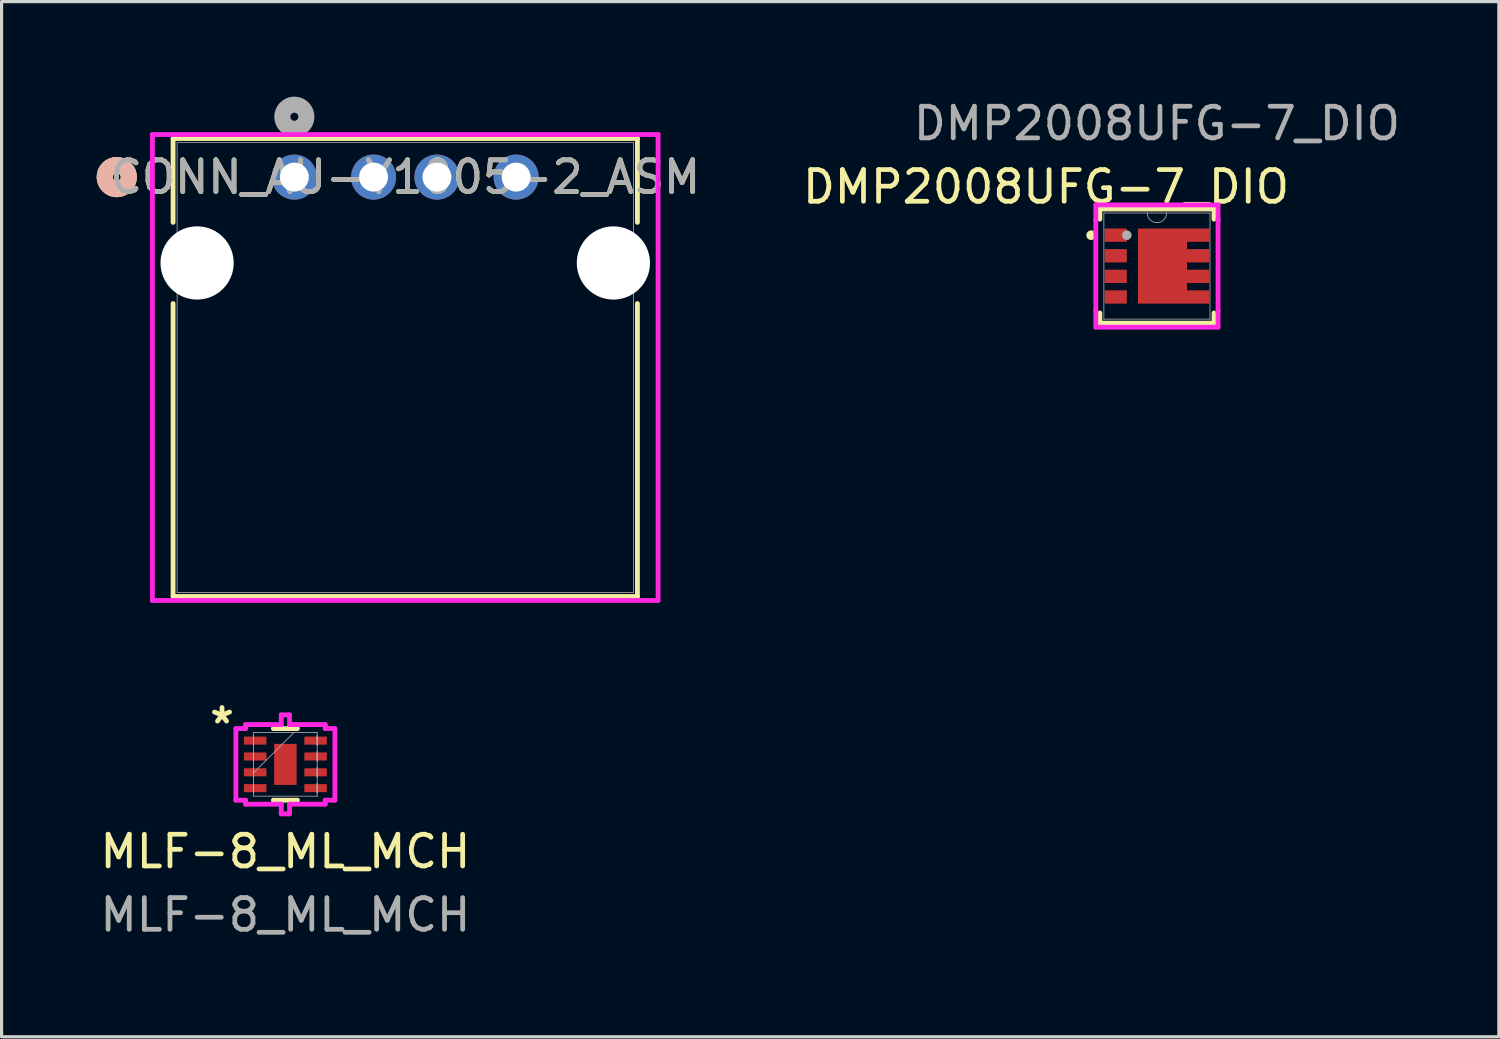
<source format=kicad_pcb>
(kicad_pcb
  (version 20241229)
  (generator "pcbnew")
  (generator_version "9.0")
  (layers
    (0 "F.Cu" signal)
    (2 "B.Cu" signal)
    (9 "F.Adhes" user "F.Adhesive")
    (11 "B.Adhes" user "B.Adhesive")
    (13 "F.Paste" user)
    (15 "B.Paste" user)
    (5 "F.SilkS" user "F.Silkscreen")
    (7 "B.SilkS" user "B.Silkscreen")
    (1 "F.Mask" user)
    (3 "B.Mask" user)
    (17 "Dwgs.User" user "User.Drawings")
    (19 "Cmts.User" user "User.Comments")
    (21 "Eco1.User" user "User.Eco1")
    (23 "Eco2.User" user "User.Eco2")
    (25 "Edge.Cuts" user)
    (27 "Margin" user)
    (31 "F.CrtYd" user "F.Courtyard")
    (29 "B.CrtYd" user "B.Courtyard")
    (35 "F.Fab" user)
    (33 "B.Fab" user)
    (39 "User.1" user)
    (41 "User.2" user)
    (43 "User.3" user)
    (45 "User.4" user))
  (footprint "CONN_AU-Y1005-2_ASM"
    (layer "F.Cu")
    (at 6.241 2.54)
    (property "Reference" "CONN_AU-Y1005-2_ASM" (at 3.5 0 0) (unlocked yes) (layer "F.SilkS") (effects (font (size 1 1) (thickness 0.15))))
    (attr through_hole)
    (fp_line (start -3.828 -1.217) (end -3.828 1.429) (stroke (width 0.152) (type solid)) (layer "F.SilkS"))
    (fp_line (start -3.828 3.991) (end -3.828 13.236) (stroke (width 0.152) (type solid)) (layer "F.SilkS"))
    (fp_line (start -3.828 13.236) (end 10.828 13.236) (stroke (width 0.152) (type solid)) (layer "F.SilkS"))
    (fp_line (start 10.828 -1.217) (end -3.828 -1.217) (stroke (width 0.152) (type solid)) (layer "F.SilkS"))
    (fp_line (start 10.828 1.429) (end 10.828 -1.217) (stroke (width 0.152) (type solid)) (layer "F.SilkS"))
    (fp_line (start 10.828 13.236) (end 10.828 3.991) (stroke (width 0.152) (type solid)) (layer "F.SilkS"))
    (fp_circle (center -5.606 0) (end -5.225 0) (stroke (width 0.508) (type solid)) (fill no) (layer "F.SilkS"))
    (fp_circle (center -5.606 0) (end -5.225 0) (stroke (width 0.508) (type solid)) (fill no) (layer "B.SilkS"))
    (fp_line (start -4.48 -1.344) (end -4.48 13.363) (stroke (width 0.152) (type solid)) (layer "F.CrtYd"))
    (fp_line (start -4.48 13.363) (end 11.48 13.363) (stroke (width 0.152) (type solid)) (layer "F.CrtYd"))
    (fp_line (start 11.48 -1.344) (end -4.48 -1.344) (stroke (width 0.152) (type solid)) (layer "F.CrtYd"))
    (fp_line (start 11.48 13.363) (end 11.48 -1.344) (stroke (width 0.152) (type solid)) (layer "F.CrtYd"))
    (fp_line (start -3.701 -1.09) (end -3.701 13.109) (stroke (width 0.025) (type solid)) (layer "F.Fab"))
    (fp_line (start -3.701 13.109) (end 10.701 13.109) (stroke (width 0.025) (type solid)) (layer "F.Fab"))
    (fp_line (start 10.701 -1.09) (end -3.701 -1.09) (stroke (width 0.025) (type solid)) (layer "F.Fab"))
    (fp_line (start 10.701 13.109) (end 10.701 -1.09) (stroke (width 0.025) (type solid)) (layer "F.Fab"))
    (fp_circle (center 0 -1.905) (end 0.381 -1.905) (stroke (width 0.508) (type solid)) (fill no) (layer "F.Fab"))
    (fp_text user "${REFERENCE}" (at 3.5 0 0) (unlocked yes) (layer "F.Fab") (effects (font (size 1 1) (thickness 0.15))))
    (pad "" np_thru_hole circle (at -3.07 2.71) (size 2.311 2.311) (drill 2.311) (layers "*.Cu" "*.Mask"))
    (pad "" np_thru_hole circle (at 10.07 2.71) (size 2.311 2.311) (drill 2.311) (layers "*.Cu" "*.Mask"))
    (pad "1" thru_hole circle (at 0 0) (size 1.422 1.422) (drill 0.914) (layers "*.Cu" "*.Mask"))
    (pad "2" thru_hole circle (at 2.5 0) (size 1.422 1.422) (drill 0.914) (layers "*.Cu" "*.Mask"))
    (pad "3" thru_hole circle (at 4.5 0) (size 1.422 1.422) (drill 0.914) (layers "*.Cu" "*.Mask"))
    (pad "4" thru_hole circle (at 7 0) (size 1.422 1.422) (drill 0.914) (layers "*.Cu" "*.Mask")))
  (footprint "MLF-8_ML_MCH"
    (layer "F.Cu")
    (at 5.958 21.077)
    (property "Reference" "MLF-8_ML_MCH" (at 0 2.75 0) (unlocked yes) (layer "F.SilkS") (effects (font (size 1 1) (thickness 0.15))))
    (attr smd)
    (fp_line (start -0.381 1.13) (end 0.381 1.13) (stroke (width 0.152) (type solid)) (layer "F.SilkS"))
    (fp_line (start 0.381 -1.13) (end -0.381 -1.13) (stroke (width 0.152) (type solid)) (layer "F.SilkS"))
    (fp_line (start -1.562 -1.131) (end -1.257 -1.131) (stroke (width 0.152) (type solid)) (layer "F.CrtYd"))
    (fp_line (start -1.562 1.131) (end -1.562 -1.131) (stroke (width 0.152) (type solid)) (layer "F.CrtYd"))
    (fp_line (start -1.257 -1.257) (end -0.131 -1.257) (stroke (width 0.152) (type solid)) (layer "F.CrtYd"))
    (fp_line (start -1.257 -1.131) (end -1.257 -1.257) (stroke (width 0.152) (type solid)) (layer "F.CrtYd"))
    (fp_line (start -1.257 1.131) (end -1.562 1.131) (stroke (width 0.152) (type solid)) (layer "F.CrtYd"))
    (fp_line (start -1.257 1.257) (end -1.257 1.131) (stroke (width 0.152) (type solid)) (layer "F.CrtYd"))
    (fp_line (start -0.131 -1.562) (end 0.131 -1.562) (stroke (width 0.152) (type solid)) (layer "F.CrtYd"))
    (fp_line (start -0.131 -1.257) (end -0.131 -1.562) (stroke (width 0.152) (type solid)) (layer "F.CrtYd"))
    (fp_line (start -0.131 1.257) (end -1.257 1.257) (stroke (width 0.152) (type solid)) (layer "F.CrtYd"))
    (fp_line (start -0.131 1.562) (end -0.131 1.257) (stroke (width 0.152) (type solid)) (layer "F.CrtYd"))
    (fp_line (start 0.131 -1.562) (end 0.131 -1.257) (stroke (width 0.152) (type solid)) (layer "F.CrtYd"))
    (fp_line (start 0.131 -1.257) (end 1.257 -1.257) (stroke (width 0.152) (type solid)) (layer "F.CrtYd"))
    (fp_line (start 0.131 1.257) (end 0.131 1.562) (stroke (width 0.152) (type solid)) (layer "F.CrtYd"))
    (fp_line (start 0.131 1.562) (end -0.131 1.562) (stroke (width 0.152) (type solid)) (layer "F.CrtYd"))
    (fp_line (start 1.257 -1.257) (end 1.257 -1.131) (stroke (width 0.152) (type solid)) (layer "F.CrtYd"))
    (fp_line (start 1.257 -1.131) (end 1.562 -1.131) (stroke (width 0.152) (type solid)) (layer "F.CrtYd"))
    (fp_line (start 1.257 1.131) (end 1.257 1.257) (stroke (width 0.152) (type solid)) (layer "F.CrtYd"))
    (fp_line (start 1.257 1.257) (end 0.131 1.257) (stroke (width 0.152) (type solid)) (layer "F.CrtYd"))
    (fp_line (start 1.562 -1.131) (end 1.562 1.131) (stroke (width 0.152) (type solid)) (layer "F.CrtYd"))
    (fp_line (start 1.562 1.131) (end 1.257 1.131) (stroke (width 0.152) (type solid)) (layer "F.CrtYd"))
    (fp_line (start -1.003 -1.003) (end -1.003 -1.003) (stroke (width 0.025) (type solid)) (layer "F.Fab"))
    (fp_line (start -1.003 -1.003) (end -1.003 1.003) (stroke (width 0.025) (type solid)) (layer "F.Fab"))
    (fp_line (start -1.003 -0.902) (end -1.003 -0.902) (stroke (width 0.025) (type solid)) (layer "F.Fab"))
    (fp_line (start -1.003 -0.902) (end -1.003 -0.598) (stroke (width 0.025) (type solid)) (layer "F.Fab"))
    (fp_line (start -1.003 -0.598) (end -1.003 -0.902) (stroke (width 0.025) (type solid)) (layer "F.Fab"))
    (fp_line (start -1.003 -0.598) (end -1.003 -0.598) (stroke (width 0.025) (type solid)) (layer "F.Fab"))
    (fp_line (start -1.003 -0.402) (end -1.003 -0.402) (stroke (width 0.025) (type solid)) (layer "F.Fab"))
    (fp_line (start -1.003 -0.402) (end -1.003 -0.098) (stroke (width 0.025) (type solid)) (layer "F.Fab"))
    (fp_line (start -1.003 -0.098) (end -1.003 -0.402) (stroke (width 0.025) (type solid)) (layer "F.Fab"))
    (fp_line (start -1.003 -0.098) (end -1.003 -0.098) (stroke (width 0.025) (type solid)) (layer "F.Fab"))
    (fp_line (start -1.003 0.098) (end -1.003 0.098) (stroke (width 0.025) (type solid)) (layer "F.Fab"))
    (fp_line (start -1.003 0.098) (end -1.003 0.402) (stroke (width 0.025) (type solid)) (layer "F.Fab"))
    (fp_line (start -1.003 0.267) (end 0.267 -1.003) (stroke (width 0.025) (type solid)) (layer "F.Fab"))
    (fp_line (start -1.003 0.402) (end -1.003 0.098) (stroke (width 0.025) (type solid)) (layer "F.Fab"))
    (fp_line (start -1.003 0.402) (end -1.003 0.402) (stroke (width 0.025) (type solid)) (layer "F.Fab"))
    (fp_line (start -1.003 0.598) (end -1.003 0.598) (stroke (width 0.025) (type solid)) (layer "F.Fab"))
    (fp_line (start -1.003 0.598) (end -1.003 0.902) (stroke (width 0.025) (type solid)) (layer "F.Fab"))
    (fp_line (start -1.003 0.902) (end -1.003 0.598) (stroke (width 0.025) (type solid)) (layer "F.Fab"))
    (fp_line (start -1.003 0.902) (end -1.003 0.902) (stroke (width 0.025) (type solid)) (layer "F.Fab"))
    (fp_line (start -1.003 1.003) (end -1.003 1.003) (stroke (width 0.025) (type solid)) (layer "F.Fab"))
    (fp_line (start -1.003 1.003) (end 1.003 1.003) (stroke (width 0.025) (type solid)) (layer "F.Fab"))
    (fp_line (start 1.003 -1.003) (end -1.003 -1.003) (stroke (width 0.025) (type solid)) (layer "F.Fab"))
    (fp_line (start 1.003 -1.003) (end 1.003 -1.003) (stroke (width 0.025) (type solid)) (layer "F.Fab"))
    (fp_line (start 1.003 -0.902) (end 1.003 -0.902) (stroke (width 0.025) (type solid)) (layer "F.Fab"))
    (fp_line (start 1.003 -0.902) (end 1.003 -0.598) (stroke (width 0.025) (type solid)) (layer "F.Fab"))
    (fp_line (start 1.003 -0.598) (end 1.003 -0.902) (stroke (width 0.025) (type solid)) (layer "F.Fab"))
    (fp_line (start 1.003 -0.598) (end 1.003 -0.598) (stroke (width 0.025) (type solid)) (layer "F.Fab"))
    (fp_line (start 1.003 -0.402) (end 1.003 -0.402) (stroke (width 0.025) (type solid)) (layer "F.Fab"))
    (fp_line (start 1.003 -0.402) (end 1.003 -0.098) (stroke (width 0.025) (type solid)) (layer "F.Fab"))
    (fp_line (start 1.003 -0.098) (end 1.003 -0.402) (stroke (width 0.025) (type solid)) (layer "F.Fab"))
    (fp_line (start 1.003 -0.098) (end 1.003 -0.098) (stroke (width 0.025) (type solid)) (layer "F.Fab"))
    (fp_line (start 1.003 0.098) (end 1.003 0.098) (stroke (width 0.025) (type solid)) (layer "F.Fab"))
    (fp_line (start 1.003 0.098) (end 1.003 0.402) (stroke (width 0.025) (type solid)) (layer "F.Fab"))
    (fp_line (start 1.003 0.402) (end 1.003 0.098) (stroke (width 0.025) (type solid)) (layer "F.Fab"))
    (fp_line (start 1.003 0.402) (end 1.003 0.402) (stroke (width 0.025) (type solid)) (layer "F.Fab"))
    (fp_line (start 1.003 0.598) (end 1.003 0.598) (stroke (width 0.025) (type solid)) (layer "F.Fab"))
    (fp_line (start 1.003 0.598) (end 1.003 0.902) (stroke (width 0.025) (type solid)) (layer "F.Fab"))
    (fp_line (start 1.003 0.902) (end 1.003 0.598) (stroke (width 0.025) (type solid)) (layer "F.Fab"))
    (fp_line (start 1.003 0.902) (end 1.003 0.902) (stroke (width 0.025) (type solid)) (layer "F.Fab"))
    (fp_line (start 1.003 1.003) (end 1.003 -1.003) (stroke (width 0.025) (type solid)) (layer "F.Fab"))
    (fp_line (start 1.003 1.003) (end 1.003 1.003) (stroke (width 0.025) (type solid)) (layer "F.Fab"))
    (fp_text user "*" (at -2 -1.25 0) (layer "F.SilkS") (effects (font (size 1 1) (thickness 0.15))))
    (fp_text user "${REFERENCE}" (at 0 4.75 0) (unlocked yes) (layer "F.Fab") (effects (font (size 1 1) (thickness 0.15))))
    (pad "1" smd rect (at -0.953 -0.75 90) (size 0.254 0.711) (layers "F.Cu" "F.Mask" "F.Paste"))
    (pad "2" smd rect (at -0.953 -0.25 90) (size 0.254 0.711) (layers "F.Cu" "F.Mask" "F.Paste"))
    (pad "3" smd rect (at -0.953 0.25 90) (size 0.254 0.711) (layers "F.Cu" "F.Mask" "F.Paste"))
    (pad "4" smd rect (at -0.953 0.75 90) (size 0.254 0.711) (layers "F.Cu" "F.Mask" "F.Paste"))
    (pad "5" smd rect (at 0.953 0.75 90) (size 0.254 0.711) (layers "F.Cu" "F.Mask" "F.Paste"))
    (pad "6" smd rect (at 0.953 0.25 90) (size 0.254 0.711) (layers "F.Cu" "F.Mask" "F.Paste"))
    (pad "7" smd rect (at 0.953 -0.25 90) (size 0.254 0.711) (layers "F.Cu" "F.Mask" "F.Paste"))
    (pad "8" smd rect (at 0.953 -0.75 90) (size 0.254 0.711) (layers "F.Cu" "F.Mask" "F.Paste"))
    (pad "9" smd rect (at 0 0) (size 0.711 1.295) (layers "F.Cu" "F.Mask" "F.Paste")))
  (footprint "DMP2008UFG-7_DIO"
    (layer "F.Cu")
    (at 33.467 5.348)
    (property "Reference" "DMP2008UFG-7_DIO" (at -3.5 -2.5 0) (unlocked yes) (layer "F.SilkS") (effects (font (size 1 1) (thickness 0.15))))
    (attr smd)
    (fp_poly (pts (xy -0.599 -1.185) (xy 0.95 -1.185) (xy 0.95 1.185) (xy -0.599 1.185)) (stroke (width 0) (type solid)) (fill yes) (layer "F.Cu"))
    (fp_line (start -1.802 -1.802) (end -1.802 -1.481) (stroke (width 0.152) (type solid)) (layer "F.SilkS"))
    (fp_line (start -1.802 1.481) (end -1.802 1.802) (stroke (width 0.152) (type solid)) (layer "F.SilkS"))
    (fp_line (start -1.802 1.802) (end 1.802 1.802) (stroke (width 0.152) (type solid)) (layer "F.SilkS"))
    (fp_line (start 1.802 -1.802) (end -1.802 -1.802) (stroke (width 0.152) (type solid)) (layer "F.SilkS"))
    (fp_line (start 1.802 -1.481) (end 1.802 -1.802) (stroke (width 0.152) (type solid)) (layer "F.SilkS"))
    (fp_line (start 1.802 1.802) (end 1.802 1.481) (stroke (width 0.152) (type solid)) (layer "F.SilkS"))
    (fp_circle (center -2.077 -0.975) (end -2 -0.975) (stroke (width 0.152) (type solid)) (fill no) (layer "F.SilkS"))
    (fp_line (start -1.929 -1.929) (end 1.929 -1.929) (stroke (width 0.152) (type solid)) (layer "F.CrtYd"))
    (fp_line (start -1.929 -1.439) (end -1.929 -1.929) (stroke (width 0.152) (type solid)) (layer "F.CrtYd"))
    (fp_line (start -1.929 -1.439) (end -1.929 -1.439) (stroke (width 0.152) (type solid)) (layer "F.CrtYd"))
    (fp_line (start -1.929 1.439) (end -1.929 -1.439) (stroke (width 0.152) (type solid)) (layer "F.CrtYd"))
    (fp_line (start -1.929 1.439) (end -1.929 1.439) (stroke (width 0.152) (type solid)) (layer "F.CrtYd"))
    (fp_line (start -1.929 1.929) (end -1.929 1.439) (stroke (width 0.152) (type solid)) (layer "F.CrtYd"))
    (fp_line (start 1.929 -1.929) (end 1.929 -1.439) (stroke (width 0.152) (type solid)) (layer "F.CrtYd"))
    (fp_line (start 1.929 -1.439) (end 1.929 -1.439) (stroke (width 0.152) (type solid)) (layer "F.CrtYd"))
    (fp_line (start 1.929 -1.439) (end 1.929 1.439) (stroke (width 0.152) (type solid)) (layer "F.CrtYd"))
    (fp_line (start 1.929 1.439) (end 1.929 1.439) (stroke (width 0.152) (type solid)) (layer "F.CrtYd"))
    (fp_line (start 1.929 1.439) (end 1.929 1.929) (stroke (width 0.152) (type solid)) (layer "F.CrtYd"))
    (fp_line (start 1.929 1.929) (end -1.929 1.929) (stroke (width 0.152) (type solid)) (layer "F.CrtYd"))
    (fp_line (start -1.675 -1.675) (end -1.675 1.675) (stroke (width 0.025) (type solid)) (layer "F.Fab"))
    (fp_line (start -1.675 1.675) (end 1.675 1.675) (stroke (width 0.025) (type solid)) (layer "F.Fab"))
    (fp_line (start 1.675 -1.675) (end -1.675 -1.675) (stroke (width 0.025) (type solid)) (layer "F.Fab"))
    (fp_line (start 1.675 1.675) (end 1.675 -1.675) (stroke (width 0.025) (type solid)) (layer "F.Fab"))
    (fp_arc (start 0.3048 -1.675) (mid 0 -1.3702) (end -0.3048 -1.675) (stroke (width 0.0254) (type solid)) (layer "F.Fab"))
    (fp_circle (center -0.95 -0.975) (end -0.95 -0.975) (stroke (width 0.152) (type solid)) (fill no) (layer "F.Fab"))
    (fp_text user "${REFERENCE}" (at 0 -4.5 0) (unlocked yes) (layer "F.Fab") (effects (font (size 1 1) (thickness 0.15))))
    (pad "1" smd rect (at 1.3 -0.975) (size 0.7 0.42) (layers "F.Cu" "F.Mask" "F.Paste"))
    (pad "1" smd rect (at 1.3 -0.325) (size 0.7 0.42) (layers "F.Cu" "F.Mask" "F.Paste"))
    (pad "1" smd rect (at 1.3 0.325) (size 0.7 0.42) (layers "F.Cu" "F.Mask" "F.Paste"))
    (pad "1" smd rect (at 1.3 0.975) (size 0.7 0.42) (layers "F.Cu" "F.Mask" "F.Paste"))
    (pad "2" smd rect (at -1.3 0.975) (size 0.7 0.42) (layers "F.Cu" "F.Mask" "F.Paste"))
    (pad "3" smd rect (at -1.3 -0.975) (size 0.7 0.42) (layers "F.Cu" "F.Mask" "F.Paste"))
    (pad "3" smd rect (at -1.3 -0.325) (size 0.7 0.42) (layers "F.Cu" "F.Mask" "F.Paste"))
    (pad "3" smd rect (at -1.3 0.325) (size 0.7 0.42) (layers "F.Cu" "F.Mask" "F.Paste")))
  (gr_rect
    (start -3 -3)
    (end 44.259 29.675)
    (stroke (width 0.1) (type default))
    (fill no)
    (layer "Edge.Cuts")))
</source>
